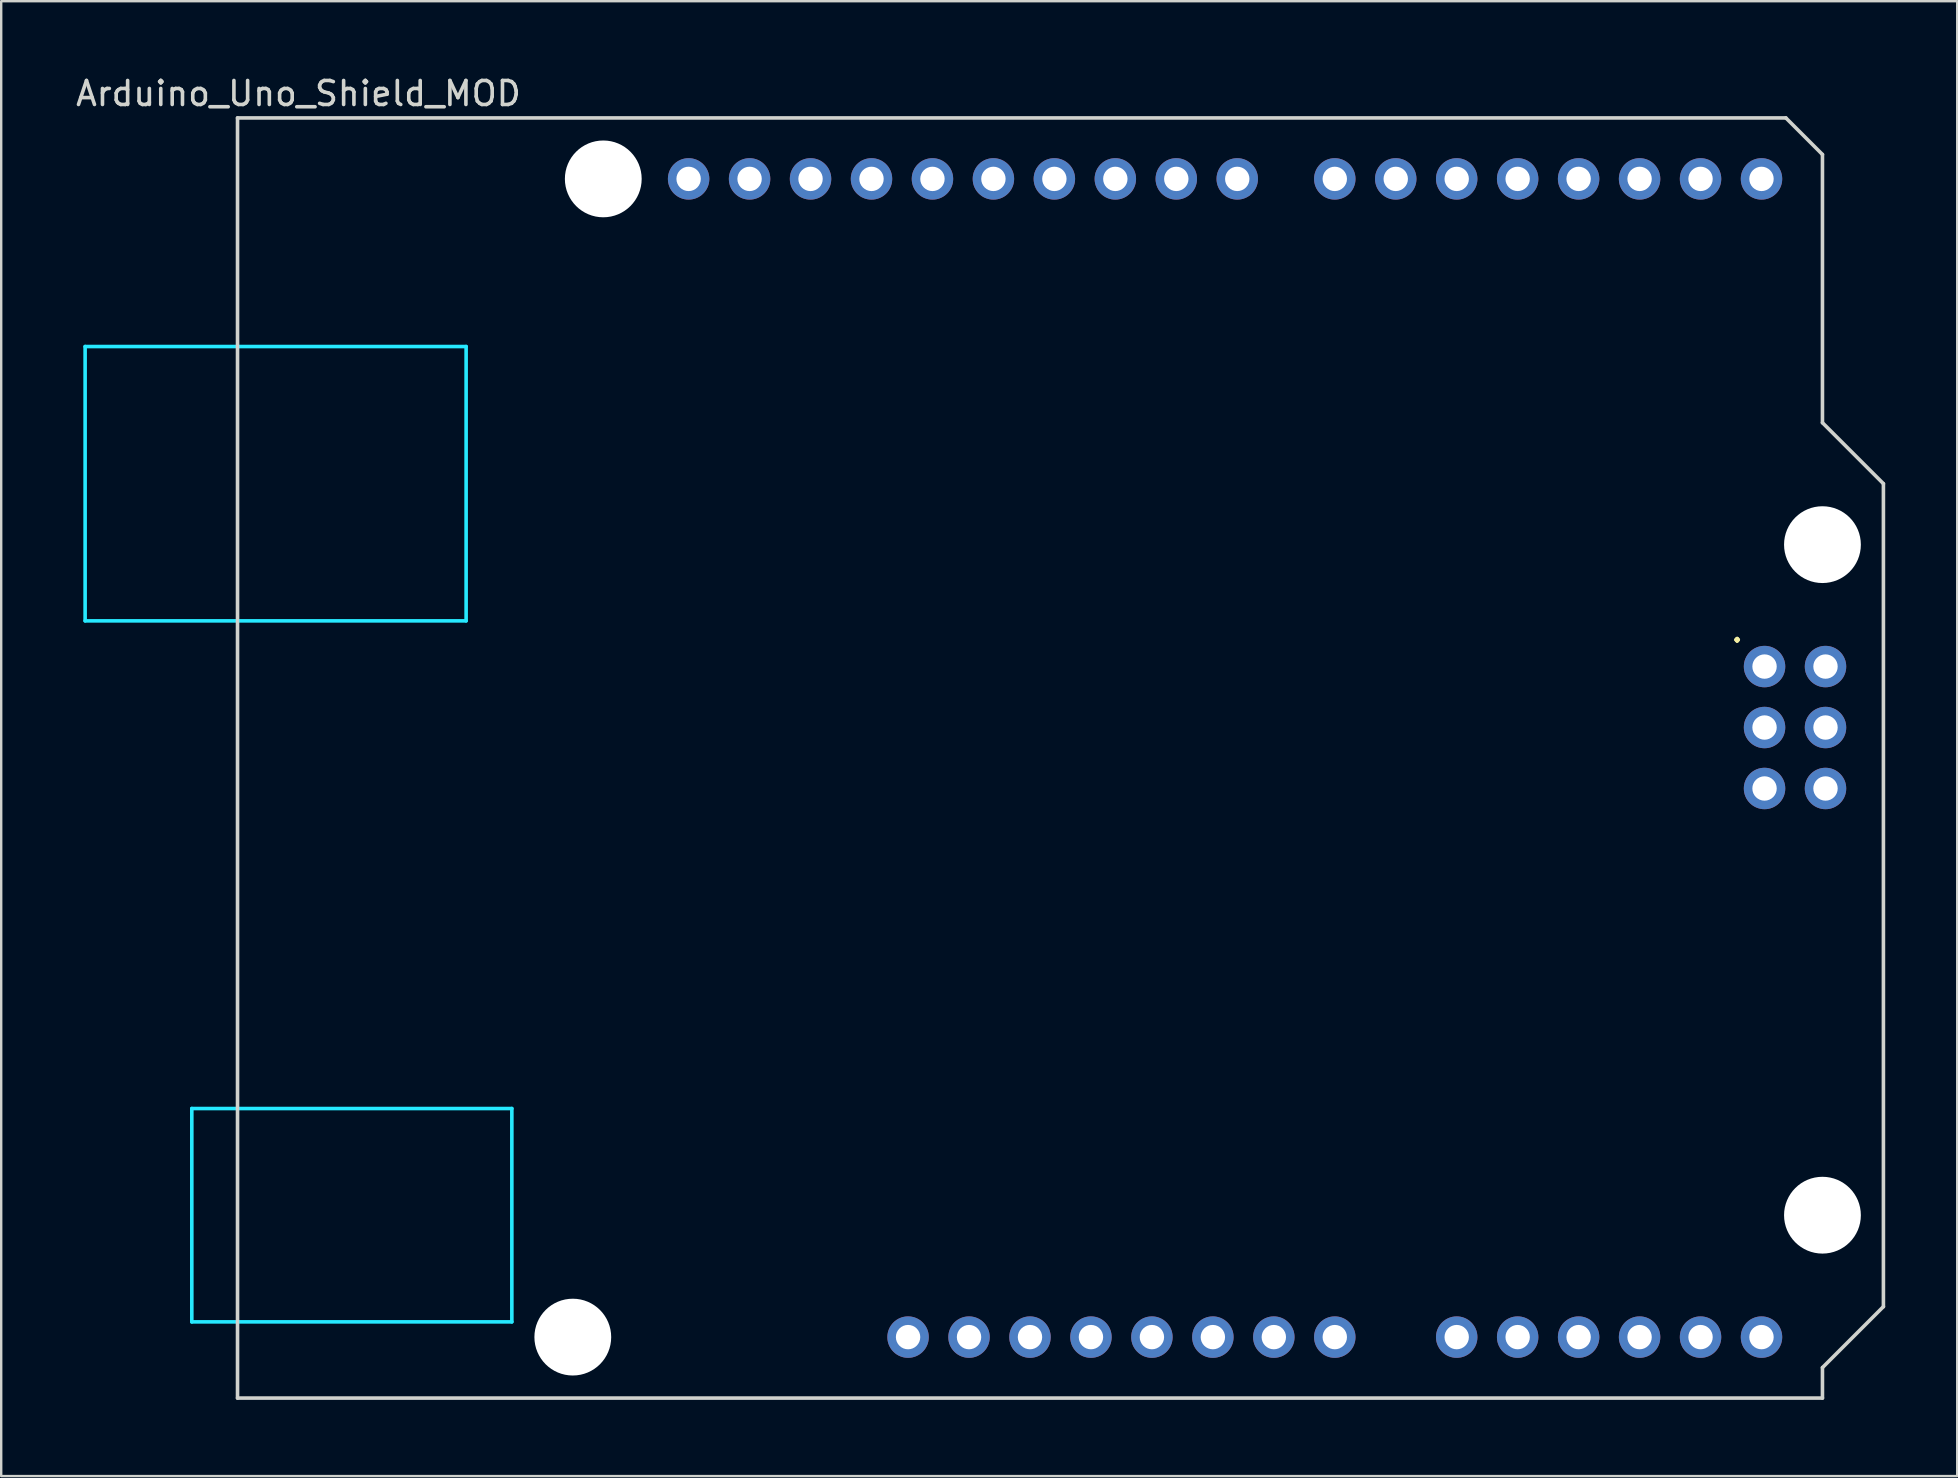
<source format=kicad_pcb>
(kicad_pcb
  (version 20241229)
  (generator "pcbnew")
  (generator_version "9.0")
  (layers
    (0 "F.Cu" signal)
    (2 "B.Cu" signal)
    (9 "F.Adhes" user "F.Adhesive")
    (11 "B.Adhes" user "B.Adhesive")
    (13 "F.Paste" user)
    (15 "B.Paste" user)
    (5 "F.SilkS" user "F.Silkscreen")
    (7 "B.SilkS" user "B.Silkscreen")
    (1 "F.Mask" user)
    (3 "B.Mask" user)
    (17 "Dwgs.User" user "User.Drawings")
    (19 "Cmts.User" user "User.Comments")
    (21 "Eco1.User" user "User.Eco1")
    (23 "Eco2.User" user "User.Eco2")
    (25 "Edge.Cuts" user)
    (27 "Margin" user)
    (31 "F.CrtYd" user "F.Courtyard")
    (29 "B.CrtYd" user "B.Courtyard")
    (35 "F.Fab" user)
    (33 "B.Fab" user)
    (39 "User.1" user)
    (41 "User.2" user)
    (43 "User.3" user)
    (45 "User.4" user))
  (footprint "Arduino_Uno_Shield_MOD"
    (layer "F.Cu")
    (at 6.847 55.204)
    (property "Reference" "Arduino_Uno_Shield_MOD" (at 2.54 -54.356 0) (layer "Edge.Cuts") (effects (font (size 1 1) (thickness 0.15))))
    (attr through_hole)
    (fp_line (start 0 -53.34) (end 0 0) (stroke (width 0.15) (type solid)) (layer "Edge.Cuts"))
    (fp_line (start 0 -53.34) (end 64.516 -53.34) (stroke (width 0.15) (type solid)) (layer "Edge.Cuts"))
    (fp_line (start 0 0) (end 66.04 0) (stroke (width 0.15) (type solid)) (layer "Edge.Cuts"))
    (fp_line (start 64.516 -53.34) (end 66.04 -51.816) (stroke (width 0.15) (type solid)) (layer "Edge.Cuts"))
    (fp_line (start 66.04 -40.64) (end 66.04 -51.816) (stroke (width 0.15) (type solid)) (layer "Edge.Cuts"))
    (fp_line (start 66.04 -1.27) (end 68.58 -3.81) (stroke (width 0.15) (type solid)) (layer "Edge.Cuts"))
    (fp_line (start 66.04 0) (end 66.04 -1.27) (stroke (width 0.15) (type solid)) (layer "Edge.Cuts"))
    (fp_line (start 68.58 -38.1) (end 66.04 -40.64) (stroke (width 0.15) (type solid)) (layer "Edge.Cuts"))
    (fp_line (start 68.58 -3.81) (end 68.58 -38.1) (stroke (width 0.15) (type solid)) (layer "Edge.Cuts"))
    (fp_line (start -6.35 -43.815) (end -6.35 -32.385) (stroke (width 0.15) (type solid)) (layer "B.CrtYd"))
    (fp_line (start -1.905 -12.065) (end -1.905 -3.175) (stroke (width 0.15) (type solid)) (layer "B.CrtYd"))
    (fp_line (start -1.905 -12.065) (end 11.43 -12.065) (stroke (width 0.15) (type solid)) (layer "B.CrtYd"))
    (fp_line (start -1.905 -3.175) (end 11.43 -3.175) (stroke (width 0.15) (type solid)) (layer "B.CrtYd"))
    (fp_line (start 9.525 -43.815) (end -6.35 -43.815) (stroke (width 0.15) (type solid)) (layer "B.CrtYd"))
    (fp_line (start 9.525 -43.815) (end 9.525 -32.385) (stroke (width 0.15) (type solid)) (layer "B.CrtYd"))
    (fp_line (start 9.525 -32.385) (end -6.35 -32.385) (stroke (width 0.15) (type solid)) (layer "B.CrtYd"))
    (fp_line (start 11.43 -12.065) (end 11.43 -3.175) (stroke (width 0.15) (type solid)) (layer "B.CrtYd"))
    (fp_text user "." (at 62.484 -32.004 0) (layer "F.SilkS") (effects (font (size 1 1) (thickness 0.15))))
    (pad "" np_thru_hole circle (at 13.97 -2.54) (size 3.2 3.2) (drill 3.2) (layers "*.Cu" "*.Mask"))
    (pad "" np_thru_hole circle (at 15.24 -50.8) (size 3.2 3.2) (drill 3.2) (layers "*.Cu" "*.Mask"))
    (pad "" thru_hole oval (at 27.94 -2.54) (size 1.727 1.727) (drill 1.016) (layers "*.Cu" "*.Mask"))
    (pad "" np_thru_hole circle (at 66.04 -35.56) (size 3.2 3.2) (drill 3.2) (layers "*.Cu" "*.Mask"))
    (pad "" np_thru_hole circle (at 66.04 -7.62) (size 3.2 3.2) (drill 3.2) (layers "*.Cu" "*.Mask"))
    (pad "3V3" thru_hole oval (at 35.56 -2.54) (size 1.727 1.727) (drill 1.016) (layers "*.Cu" "*.Mask"))
    (pad "5V1" thru_hole oval (at 38.1 -2.54) (size 1.727 1.727) (drill 1.016) (layers "*.Cu" "*.Mask"))
    (pad "5V2" thru_hole oval (at 66.167 -30.48) (size 1.727 1.727) (drill 1.016) (layers "*.Cu" "*.Mask"))
    (pad "A0" thru_hole oval (at 50.8 -2.54) (size 1.727 1.727) (drill 1.016) (layers "*.Cu" "*.Mask"))
    (pad "A1" thru_hole oval (at 53.34 -2.54) (size 1.727 1.727) (drill 1.016) (layers "*.Cu" "*.Mask"))
    (pad "A2" thru_hole oval (at 55.88 -2.54) (size 1.727 1.727) (drill 1.016) (layers "*.Cu" "*.Mask"))
    (pad "A3" thru_hole oval (at 58.42 -2.54) (size 1.727 1.727) (drill 1.016) (layers "*.Cu" "*.Mask"))
    (pad "A4" thru_hole oval (at 60.96 -2.54) (size 1.727 1.727) (drill 1.016) (layers "*.Cu" "*.Mask"))
    (pad "A5" thru_hole oval (at 63.5 -2.54) (size 1.727 1.727) (drill 1.016) (layers "*.Cu" "*.Mask"))
    (pad "AREF" thru_hole oval (at 23.876 -50.8) (size 1.727 1.727) (drill 1.016) (layers "*.Cu" "*.Mask"))
    (pad "D0" thru_hole oval (at 63.5 -50.8) (size 1.727 1.727) (drill 1.016) (layers "*.Cu" "*.Mask"))
    (pad "D1" thru_hole oval (at 60.96 -50.8) (size 1.727 1.727) (drill 1.016) (layers "*.Cu" "*.Mask"))
    (pad "D2" thru_hole oval (at 58.42 -50.8) (size 1.727 1.727) (drill 1.016) (layers "*.Cu" "*.Mask"))
    (pad "D3" thru_hole oval (at 55.88 -50.8) (size 1.727 1.727) (drill 1.016) (layers "*.Cu" "*.Mask"))
    (pad "D4" thru_hole oval (at 53.34 -50.8) (size 1.727 1.727) (drill 1.016) (layers "*.Cu" "*.Mask"))
    (pad "D5" thru_hole oval (at 50.8 -50.8) (size 1.727 1.727) (drill 1.016) (layers "*.Cu" "*.Mask"))
    (pad "D6" thru_hole oval (at 48.26 -50.8) (size 1.727 1.727) (drill 1.016) (layers "*.Cu" "*.Mask"))
    (pad "D7" thru_hole oval (at 45.72 -50.8) (size 1.727 1.727) (drill 1.016) (layers "*.Cu" "*.Mask"))
    (pad "D8" thru_hole oval (at 41.656 -50.8) (size 1.727 1.727) (drill 1.016) (layers "*.Cu" "*.Mask"))
    (pad "D9" thru_hole oval (at 39.116 -50.8) (size 1.727 1.727) (drill 1.016) (layers "*.Cu" "*.Mask"))
    (pad "D10" thru_hole oval (at 36.576 -50.8) (size 1.727 1.727) (drill 1.016) (layers "*.Cu" "*.Mask"))
    (pad "D11" thru_hole oval (at 34.036 -50.8) (size 1.727 1.727) (drill 1.016) (layers "*.Cu" "*.Mask"))
    (pad "D12" thru_hole oval (at 31.496 -50.8) (size 1.727 1.727) (drill 1.016) (layers "*.Cu" "*.Mask"))
    (pad "D13" thru_hole oval (at 28.956 -50.8) (size 1.727 1.727) (drill 1.016) (layers "*.Cu" "*.Mask"))
    (pad "GND1" thru_hole oval (at 26.416 -50.8) (size 1.727 1.727) (drill 1.016) (layers "*.Cu" "*.Mask"))
    (pad "GND2" thru_hole oval (at 40.64 -2.54) (size 1.727 1.727) (drill 1.016) (layers "*.Cu" "*.Mask"))
    (pad "GND3" thru_hole oval (at 43.18 -2.54) (size 1.727 1.727) (drill 1.016) (layers "*.Cu" "*.Mask"))
    (pad "GND4" thru_hole oval (at 66.167 -25.4) (size 1.727 1.727) (drill 1.016) (layers "*.Cu" "*.Mask"))
    (pad "IORF" thru_hole oval (at 30.48 -2.54) (size 1.727 1.727) (drill 1.016) (layers "*.Cu" "*.Mask"))
    (pad "MISO" thru_hole oval (at 63.627 -30.48) (size 1.727 1.727) (drill 1.016) (layers "*.Cu" "*.Mask"))
    (pad "MOSI" thru_hole oval (at 66.167 -27.94) (size 1.727 1.727) (drill 1.016) (layers "*.Cu" "*.Mask"))
    (pad "RST1" thru_hole oval (at 33.02 -2.54) (size 1.727 1.727) (drill 1.016) (layers "*.Cu" "*.Mask"))
    (pad "RST2" thru_hole oval (at 63.627 -25.4) (size 1.727 1.727) (drill 1.016) (layers "*.Cu" "*.Mask"))
    (pad "SCK" thru_hole oval (at 63.627 -27.94) (size 1.727 1.727) (drill 1.016) (layers "*.Cu" "*.Mask"))
    (pad "SCL" thru_hole oval (at 18.796 -50.8) (size 1.727 1.727) (drill 1.016) (layers "*.Cu" "*.Mask"))
    (pad "SDA" thru_hole oval (at 21.336 -50.8) (size 1.727 1.727) (drill 1.016) (layers "*.Cu" "*.Mask"))
    (pad "VIN" thru_hole oval (at 45.72 -2.54) (size 1.727 1.727) (drill 1.016) (layers "*.Cu" "*.Mask")))
  (gr_rect
    (start -3 -3)
    (end 78.502 58.454)
    (stroke (width 0.1) (type default))
    (fill no)
    (layer "Edge.Cuts")))
</source>
